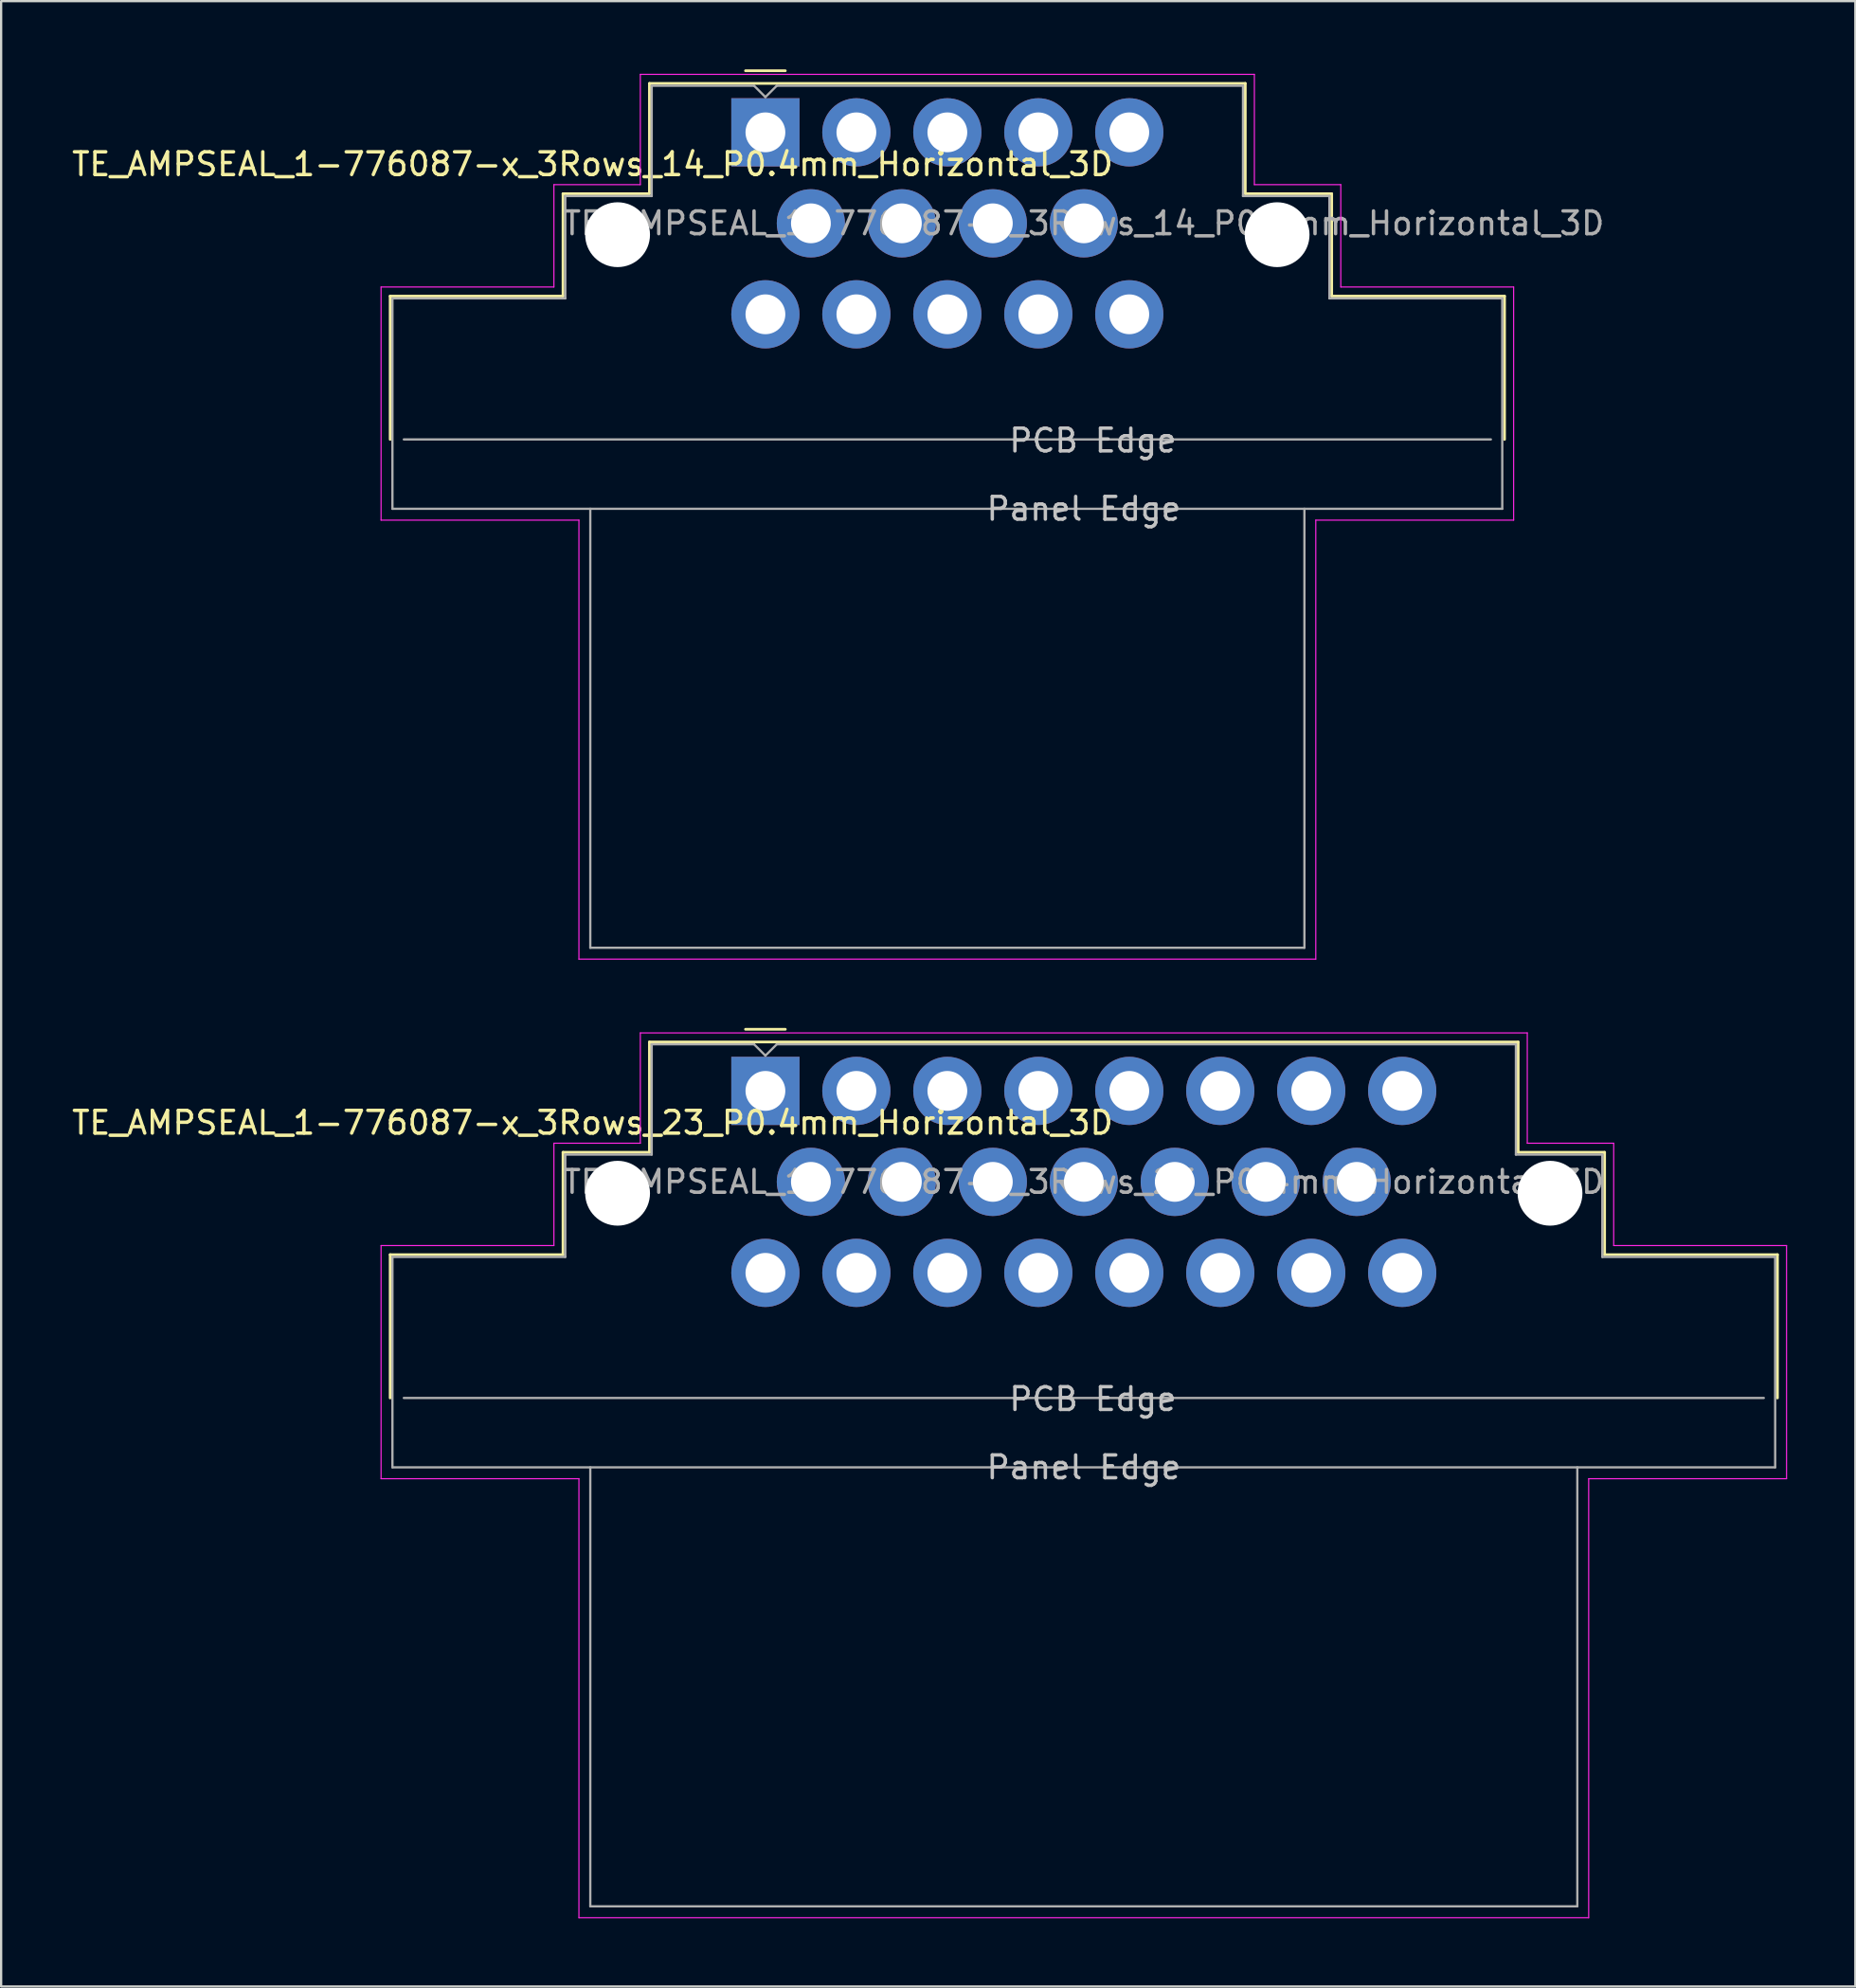
<source format=kicad_pcb>
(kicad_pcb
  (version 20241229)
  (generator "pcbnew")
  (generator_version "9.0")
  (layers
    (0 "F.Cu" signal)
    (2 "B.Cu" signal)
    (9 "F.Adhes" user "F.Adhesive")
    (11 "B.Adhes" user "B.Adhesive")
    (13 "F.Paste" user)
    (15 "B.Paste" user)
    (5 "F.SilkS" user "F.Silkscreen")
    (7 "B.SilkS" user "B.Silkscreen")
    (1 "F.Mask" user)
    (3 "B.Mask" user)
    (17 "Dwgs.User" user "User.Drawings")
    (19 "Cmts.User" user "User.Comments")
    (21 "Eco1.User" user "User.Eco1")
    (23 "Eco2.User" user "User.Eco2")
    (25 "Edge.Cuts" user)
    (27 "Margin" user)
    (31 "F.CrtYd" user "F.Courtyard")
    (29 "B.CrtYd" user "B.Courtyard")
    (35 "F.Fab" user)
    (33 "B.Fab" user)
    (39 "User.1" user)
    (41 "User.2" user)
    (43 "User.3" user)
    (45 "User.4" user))
  (footprint "TE_AMPSEAL_1-776087-x_3Rows_23_P0.4mm_Horizontal_3D"
    (layer "F.Cu")
    (at 44.606 48.91)
    (property "Reference" "TE_AMPSEAL_1-776087-x_3Rows_23_P0.4mm_Horizontal_3D" (at -21.6 -2.6 0) (layer "F.SilkS") (effects (font (size 1 1) (thickness 0.15))))
    (attr through_hole)
    (fp_line (start -30.5 3.2) (end -22.9 3.2) (stroke (width 0.12) (type solid)) (layer "F.SilkS"))
    (fp_line (start -30.5 9.5) (end -30.5 3.2) (stroke (width 0.12) (type solid)) (layer "F.SilkS"))
    (fp_line (start -22.9 -1.3) (end -19.1 -1.3) (stroke (width 0.12) (type solid)) (layer "F.SilkS"))
    (fp_line (start -22.9 3.2) (end -22.9 -1.3) (stroke (width 0.12) (type solid)) (layer "F.SilkS"))
    (fp_line (start -19.1 -6.15) (end 19.1 -6.15) (stroke (width 0.12) (type solid)) (layer "F.SilkS"))
    (fp_line (start -19.1 -1.3) (end -19.1 -6.15) (stroke (width 0.12) (type solid)) (layer "F.SilkS"))
    (fp_line (start -14.875 -6.708) (end -13.125 -6.708) (stroke (width 0.12) (type solid)) (layer "F.SilkS"))
    (fp_line (start 19.1 -6.15) (end 19.1 -1.3) (stroke (width 0.12) (type solid)) (layer "F.SilkS"))
    (fp_line (start 19.1 -1.3) (end 22.9 -1.3) (stroke (width 0.12) (type solid)) (layer "F.SilkS"))
    (fp_line (start 22.9 -1.3) (end 22.9 3.2) (stroke (width 0.12) (type solid)) (layer "F.SilkS"))
    (fp_line (start 22.9 3.2) (end 30.5 3.2) (stroke (width 0.12) (type solid)) (layer "F.SilkS"))
    (fp_line (start 30.5 3.2) (end 30.5 9.5) (stroke (width 0.12) (type solid)) (layer "F.SilkS"))
    (fp_line (start -30.9 2.8) (end -23.3 2.8) (stroke (width 0.05) (type solid)) (layer "F.CrtYd"))
    (fp_line (start -30.9 13.05) (end -30.9 2.8) (stroke (width 0.05) (type solid)) (layer "F.CrtYd"))
    (fp_line (start -30.9 13.05) (end -22.2 13.05) (stroke (width 0.05) (type solid)) (layer "F.CrtYd"))
    (fp_line (start -23.3 -1.7) (end -19.5 -1.7) (stroke (width 0.05) (type solid)) (layer "F.CrtYd"))
    (fp_line (start -23.3 2.8) (end -23.3 -1.7) (stroke (width 0.05) (type solid)) (layer "F.CrtYd"))
    (fp_line (start -22.2 13.05) (end -22.2 32.35) (stroke (width 0.05) (type solid)) (layer "F.CrtYd"))
    (fp_line (start -22.2 32.35) (end 22.2 32.35) (stroke (width 0.05) (type solid)) (layer "F.CrtYd"))
    (fp_line (start -19.5 -6.55) (end 19.5 -6.55) (stroke (width 0.05) (type solid)) (layer "F.CrtYd"))
    (fp_line (start -19.5 -1.7) (end -19.5 -6.55) (stroke (width 0.05) (type solid)) (layer "F.CrtYd"))
    (fp_line (start 19.5 -6.55) (end 19.5 -1.7) (stroke (width 0.05) (type solid)) (layer "F.CrtYd"))
    (fp_line (start 19.5 -1.7) (end 23.3 -1.7) (stroke (width 0.05) (type solid)) (layer "F.CrtYd"))
    (fp_line (start 22.2 13.05) (end 30.9 13.05) (stroke (width 0.05) (type solid)) (layer "F.CrtYd"))
    (fp_line (start 22.2 32.35) (end 22.2 13.05) (stroke (width 0.05) (type solid)) (layer "F.CrtYd"))
    (fp_line (start 23.3 -1.7) (end 23.3 2.8) (stroke (width 0.05) (type solid)) (layer "F.CrtYd"))
    (fp_line (start 23.3 2.8) (end 30.9 2.8) (stroke (width 0.05) (type solid)) (layer "F.CrtYd"))
    (fp_line (start 30.9 2.8) (end 30.9 13.05) (stroke (width 0.05) (type solid)) (layer "F.CrtYd"))
    (fp_line (start -30.4 12.55) (end -30.4 3.3) (stroke (width 0.1) (type solid)) (layer "F.Fab"))
    (fp_line (start -30.4 12.55) (end 30.4 12.55) (stroke (width 0.1) (type solid)) (layer "F.Fab"))
    (fp_line (start -29.9 9.5) (end 29.9 9.5) (stroke (width 0.1) (type solid)) (layer "F.Fab"))
    (fp_line (start -22.8 -1.2) (end -22.8 3.3) (stroke (width 0.1) (type solid)) (layer "F.Fab"))
    (fp_line (start -22.8 -1.2) (end -19 -1.2) (stroke (width 0.1) (type solid)) (layer "F.Fab"))
    (fp_line (start -22.8 3.3) (end -30.4 3.3) (stroke (width 0.1) (type solid)) (layer "F.Fab"))
    (fp_line (start -21.7 12.55) (end -21.7 31.85) (stroke (width 0.1) (type solid)) (layer "F.Fab"))
    (fp_line (start -21.7 31.85) (end 21.7 31.85) (stroke (width 0.1) (type solid)) (layer "F.Fab"))
    (fp_line (start -19 -6.05) (end -19 -1.2) (stroke (width 0.1) (type solid)) (layer "F.Fab"))
    (fp_line (start -14.5 -6.05) (end -19 -6.05) (stroke (width 0.1) (type solid)) (layer "F.Fab"))
    (fp_line (start -14 -5.55) (end -14.5 -6.05) (stroke (width 0.1) (type solid)) (layer "F.Fab"))
    (fp_line (start -14 -5.55) (end -13.5 -6.05) (stroke (width 0.1) (type solid)) (layer "F.Fab"))
    (fp_line (start -13.5 -6.05) (end 19 -6.05) (stroke (width 0.1) (type solid)) (layer "F.Fab"))
    (fp_line (start 19 -6.05) (end 19 -1.2) (stroke (width 0.1) (type solid)) (layer "F.Fab"))
    (fp_line (start 19 -1.2) (end 22.8 -1.2) (stroke (width 0.1) (type solid)) (layer "F.Fab"))
    (fp_line (start 21.7 31.85) (end 21.7 12.55) (stroke (width 0.1) (type solid)) (layer "F.Fab"))
    (fp_line (start 22.8 -1.2) (end 22.8 3.3) (stroke (width 0.1) (type solid)) (layer "F.Fab"))
    (fp_line (start 22.8 3.3) (end 30.4 3.3) (stroke (width 0.1) (type solid)) (layer "F.Fab"))
    (fp_line (start 30.4 3.3) (end 30.4 12.55) (stroke (width 0.1) (type solid)) (layer "F.Fab"))
    (fp_text user "Panel Edge" (at 0 12.55 0) (layer "Dwgs.User") (effects (font (size 1 1) (thickness 0.15))))
    (fp_text user "PCB Edge" (at 0.4 9.55 0) (layer "Dwgs.User") (effects (font (size 1 1) (thickness 0.15))))
    (fp_text user "${REFERENCE}" (at 0 0 0) (layer "F.Fab") (effects (font (size 1 1) (thickness 0.15))))
    (pad "" np_thru_hole circle (at -20.5 0.5) (size 2.85 2.85) (drill 2.85) (layers "*.Cu"))
    (pad "" np_thru_hole circle (at 20.5 0.5) (size 2.85 2.85) (drill 2.85) (layers "*.Cu"))
    (pad "1" thru_hole rect (at -14 -4) (size 3 3) (drill 1.75) (layers "*.Cu" "*.Mask"))
    (pad "2" thru_hole circle (at -10 -4) (size 3 3) (drill 1.75) (layers "*.Cu" "*.Mask"))
    (pad "3" thru_hole circle (at -6 -4) (size 3 3) (drill 1.75) (layers "*.Cu" "*.Mask"))
    (pad "4" thru_hole circle (at -2 -4) (size 3 3) (drill 1.75) (layers "*.Cu" "*.Mask"))
    (pad "5" thru_hole circle (at 2 -4) (size 3 3) (drill 1.75) (layers "*.Cu" "*.Mask"))
    (pad "6" thru_hole circle (at 6 -4) (size 3 3) (drill 1.75) (layers "*.Cu" "*.Mask"))
    (pad "7" thru_hole circle (at 10 -4) (size 3 3) (drill 1.75) (layers "*.Cu" "*.Mask"))
    (pad "8" thru_hole circle (at 14 -4) (size 3 3) (drill 1.75) (layers "*.Cu" "*.Mask"))
    (pad "9" thru_hole circle (at -12 0) (size 3 3) (drill 1.75) (layers "*.Cu" "*.Mask"))
    (pad "10" thru_hole circle (at -8 0) (size 3 3) (drill 1.75) (layers "*.Cu" "*.Mask"))
    (pad "11" thru_hole circle (at -4 0) (size 3 3) (drill 1.75) (layers "*.Cu" "*.Mask"))
    (pad "12" thru_hole circle (at 0 0) (size 3 3) (drill 1.75) (layers "*.Cu" "*.Mask"))
    (pad "13" thru_hole circle (at 4 0) (size 3 3) (drill 1.75) (layers "*.Cu" "*.Mask"))
    (pad "14" thru_hole circle (at 8 0) (size 3 3) (drill 1.75) (layers "*.Cu" "*.Mask"))
    (pad "15" thru_hole circle (at 12 0) (size 3 3) (drill 1.75) (layers "*.Cu" "*.Mask"))
    (pad "16" thru_hole circle (at -14 4) (size 3 3) (drill 1.75) (layers "*.Cu" "*.Mask"))
    (pad "17" thru_hole circle (at -10 4) (size 3 3) (drill 1.75) (layers "*.Cu" "*.Mask"))
    (pad "18" thru_hole circle (at -6 4) (size 3 3) (drill 1.75) (layers "*.Cu" "*.Mask"))
    (pad "19" thru_hole circle (at -2 4) (size 3 3) (drill 1.75) (layers "*.Cu" "*.Mask"))
    (pad "20" thru_hole circle (at 2 4) (size 3 3) (drill 1.75) (layers "*.Cu" "*.Mask"))
    (pad "21" thru_hole circle (at 6 4) (size 3 3) (drill 1.75) (layers "*.Cu" "*.Mask"))
    (pad "22" thru_hole circle (at 10 4) (size 3 3) (drill 1.75) (layers "*.Cu" "*.Mask"))
    (pad "23" thru_hole circle (at 14 4) (size 3 3) (drill 1.75) (layers "*.Cu" "*.Mask")))
  (footprint "TE_AMPSEAL_1-776087-x_3Rows_14_P0.4mm_Horizontal_3D"
    (layer "F.Cu")
    (at 44.606 6.768)
    (property "Reference" "TE_AMPSEAL_1-776087-x_3Rows_14_P0.4mm_Horizontal_3D" (at -21.6 -2.6 0) (layer "F.SilkS") (effects (font (size 1 1) (thickness 0.15))))
    (attr through_hole)
    (fp_line (start -30.5 3.2) (end -22.9 3.2) (stroke (width 0.12) (type solid)) (layer "F.SilkS"))
    (fp_line (start -30.5 9.5) (end -30.5 3.2) (stroke (width 0.12) (type solid)) (layer "F.SilkS"))
    (fp_line (start -22.9 -1.3) (end -19.1 -1.3) (stroke (width 0.12) (type solid)) (layer "F.SilkS"))
    (fp_line (start -22.9 3.2) (end -22.9 -1.3) (stroke (width 0.12) (type solid)) (layer "F.SilkS"))
    (fp_line (start -19.1 -6.15) (end 7.1 -6.15) (stroke (width 0.12) (type solid)) (layer "F.SilkS"))
    (fp_line (start -19.1 -1.3) (end -19.1 -6.15) (stroke (width 0.12) (type solid)) (layer "F.SilkS"))
    (fp_line (start -14.875 -6.708) (end -13.125 -6.708) (stroke (width 0.12) (type solid)) (layer "F.SilkS"))
    (fp_line (start 7.1 -6.15) (end 7.1 -1.3) (stroke (width 0.12) (type solid)) (layer "F.SilkS"))
    (fp_line (start 7.1 -1.3) (end 10.9 -1.3) (stroke (width 0.12) (type solid)) (layer "F.SilkS"))
    (fp_line (start 10.9 -1.3) (end 10.9 3.2) (stroke (width 0.12) (type solid)) (layer "F.SilkS"))
    (fp_line (start 10.9 3.2) (end 18.5 3.2) (stroke (width 0.12) (type solid)) (layer "F.SilkS"))
    (fp_line (start 18.5 3.2) (end 18.5 9.5) (stroke (width 0.12) (type solid)) (layer "F.SilkS"))
    (fp_line (start -30.9 2.8) (end -23.3 2.8) (stroke (width 0.05) (type solid)) (layer "F.CrtYd"))
    (fp_line (start -30.9 13.05) (end -30.9 2.8) (stroke (width 0.05) (type solid)) (layer "F.CrtYd"))
    (fp_line (start -30.9 13.05) (end -22.2 13.05) (stroke (width 0.05) (type solid)) (layer "F.CrtYd"))
    (fp_line (start -23.3 -1.7) (end -19.5 -1.7) (stroke (width 0.05) (type solid)) (layer "F.CrtYd"))
    (fp_line (start -23.3 2.8) (end -23.3 -1.7) (stroke (width 0.05) (type solid)) (layer "F.CrtYd"))
    (fp_line (start -22.2 13.05) (end -22.2 32.35) (stroke (width 0.05) (type solid)) (layer "F.CrtYd"))
    (fp_line (start -22.2 32.35) (end 10.2 32.35) (stroke (width 0.05) (type solid)) (layer "F.CrtYd"))
    (fp_line (start -19.5 -6.55) (end 7.5 -6.55) (stroke (width 0.05) (type solid)) (layer "F.CrtYd"))
    (fp_line (start -19.5 -1.7) (end -19.5 -6.55) (stroke (width 0.05) (type solid)) (layer "F.CrtYd"))
    (fp_line (start 7.5 -6.55) (end 7.5 -1.7) (stroke (width 0.05) (type solid)) (layer "F.CrtYd"))
    (fp_line (start 7.5 -1.7) (end 11.3 -1.7) (stroke (width 0.05) (type solid)) (layer "F.CrtYd"))
    (fp_line (start 10.2 13.05) (end 18.9 13.05) (stroke (width 0.05) (type solid)) (layer "F.CrtYd"))
    (fp_line (start 10.2 32.35) (end 10.2 13.05) (stroke (width 0.05) (type solid)) (layer "F.CrtYd"))
    (fp_line (start 11.3 -1.7) (end 11.3 2.8) (stroke (width 0.05) (type solid)) (layer "F.CrtYd"))
    (fp_line (start 11.3 2.8) (end 18.9 2.8) (stroke (width 0.05) (type solid)) (layer "F.CrtYd"))
    (fp_line (start 18.9 2.8) (end 18.9 13.05) (stroke (width 0.05) (type solid)) (layer "F.CrtYd"))
    (fp_line (start -30.4 12.55) (end -30.4 3.3) (stroke (width 0.1) (type solid)) (layer "F.Fab"))
    (fp_line (start -30.4 12.55) (end 18.4 12.55) (stroke (width 0.1) (type solid)) (layer "F.Fab"))
    (fp_line (start -29.9 9.5) (end 17.9 9.5) (stroke (width 0.1) (type solid)) (layer "F.Fab"))
    (fp_line (start -22.8 -1.2) (end -22.8 3.3) (stroke (width 0.1) (type solid)) (layer "F.Fab"))
    (fp_line (start -22.8 -1.2) (end -19 -1.2) (stroke (width 0.1) (type solid)) (layer "F.Fab"))
    (fp_line (start -22.8 3.3) (end -30.4 3.3) (stroke (width 0.1) (type solid)) (layer "F.Fab"))
    (fp_line (start -21.7 12.55) (end -21.7 31.85) (stroke (width 0.1) (type solid)) (layer "F.Fab"))
    (fp_line (start -21.7 31.85) (end 9.7 31.85) (stroke (width 0.1) (type solid)) (layer "F.Fab"))
    (fp_line (start -19 -6.05) (end -19 -1.2) (stroke (width 0.1) (type solid)) (layer "F.Fab"))
    (fp_line (start -14.5 -6.05) (end -19 -6.05) (stroke (width 0.1) (type solid)) (layer "F.Fab"))
    (fp_line (start -14 -5.55) (end -14.5 -6.05) (stroke (width 0.1) (type solid)) (layer "F.Fab"))
    (fp_line (start -14 -5.55) (end -13.5 -6.05) (stroke (width 0.1) (type solid)) (layer "F.Fab"))
    (fp_line (start -13.5 -6.05) (end 7 -6.05) (stroke (width 0.1) (type solid)) (layer "F.Fab"))
    (fp_line (start 7 -6.05) (end 7 -1.2) (stroke (width 0.1) (type solid)) (layer "F.Fab"))
    (fp_line (start 7 -1.2) (end 10.8 -1.2) (stroke (width 0.1) (type solid)) (layer "F.Fab"))
    (fp_line (start 9.7 31.85) (end 9.7 12.55) (stroke (width 0.1) (type solid)) (layer "F.Fab"))
    (fp_line (start 10.8 -1.2) (end 10.8 3.3) (stroke (width 0.1) (type solid)) (layer "F.Fab"))
    (fp_line (start 10.8 3.3) (end 18.4 3.3) (stroke (width 0.1) (type solid)) (layer "F.Fab"))
    (fp_line (start 18.4 3.3) (end 18.4 12.55) (stroke (width 0.1) (type solid)) (layer "F.Fab"))
    (fp_text user "Panel Edge" (at 0 12.55 0) (layer "Dwgs.User") (effects (font (size 1 1) (thickness 0.15))))
    (fp_text user "PCB Edge" (at 0.4 9.55 0) (layer "Dwgs.User") (effects (font (size 1 1) (thickness 0.15))))
    (fp_text user "${REFERENCE}" (at 0 0 0) (layer "F.Fab") (effects (font (size 1 1) (thickness 0.15))))
    (pad "" np_thru_hole circle (at -20.5 0.5) (size 2.85 2.85) (drill 2.85) (layers "*.Cu"))
    (pad "" np_thru_hole circle (at 8.5 0.5) (size 2.85 2.85) (drill 2.85) (layers "*.Cu"))
    (pad "1" thru_hole rect (at -14 -4) (size 3 3) (drill 1.75) (layers "*.Cu" "*.Mask"))
    (pad "2" thru_hole circle (at -10 -4) (size 3 3) (drill 1.75) (layers "*.Cu" "*.Mask"))
    (pad "3" thru_hole circle (at -6 -4) (size 3 3) (drill 1.75) (layers "*.Cu" "*.Mask"))
    (pad "4" thru_hole circle (at -2 -4) (size 3 3) (drill 1.75) (layers "*.Cu" "*.Mask"))
    (pad "5" thru_hole circle (at 2 -4) (size 3 3) (drill 1.75) (layers "*.Cu" "*.Mask"))
    (pad "6" thru_hole circle (at -12 0) (size 3 3) (drill 1.75) (layers "*.Cu" "*.Mask"))
    (pad "7" thru_hole circle (at -8 0) (size 3 3) (drill 1.75) (layers "*.Cu" "*.Mask"))
    (pad "8" thru_hole circle (at -4 0) (size 3 3) (drill 1.75) (layers "*.Cu" "*.Mask"))
    (pad "9" thru_hole circle (at 0 0) (size 3 3) (drill 1.75) (layers "*.Cu" "*.Mask"))
    (pad "10" thru_hole circle (at -14 4) (size 3 3) (drill 1.75) (layers "*.Cu" "*.Mask"))
    (pad "11" thru_hole circle (at -10 4) (size 3 3) (drill 1.75) (layers "*.Cu" "*.Mask"))
    (pad "12" thru_hole circle (at -6 4) (size 3 3) (drill 1.75) (layers "*.Cu" "*.Mask"))
    (pad "13" thru_hole circle (at -2 4) (size 3 3) (drill 1.75) (layers "*.Cu" "*.Mask"))
    (pad "14" thru_hole circle (at 2 4) (size 3 3) (drill 1.75) (layers "*.Cu" "*.Mask")))
  (gr_rect
    (start -3 -3)
    (end 78.531 84.285)
    (stroke (width 0.1) (type default))
    (fill no)
    (layer "Edge.Cuts")))
</source>
